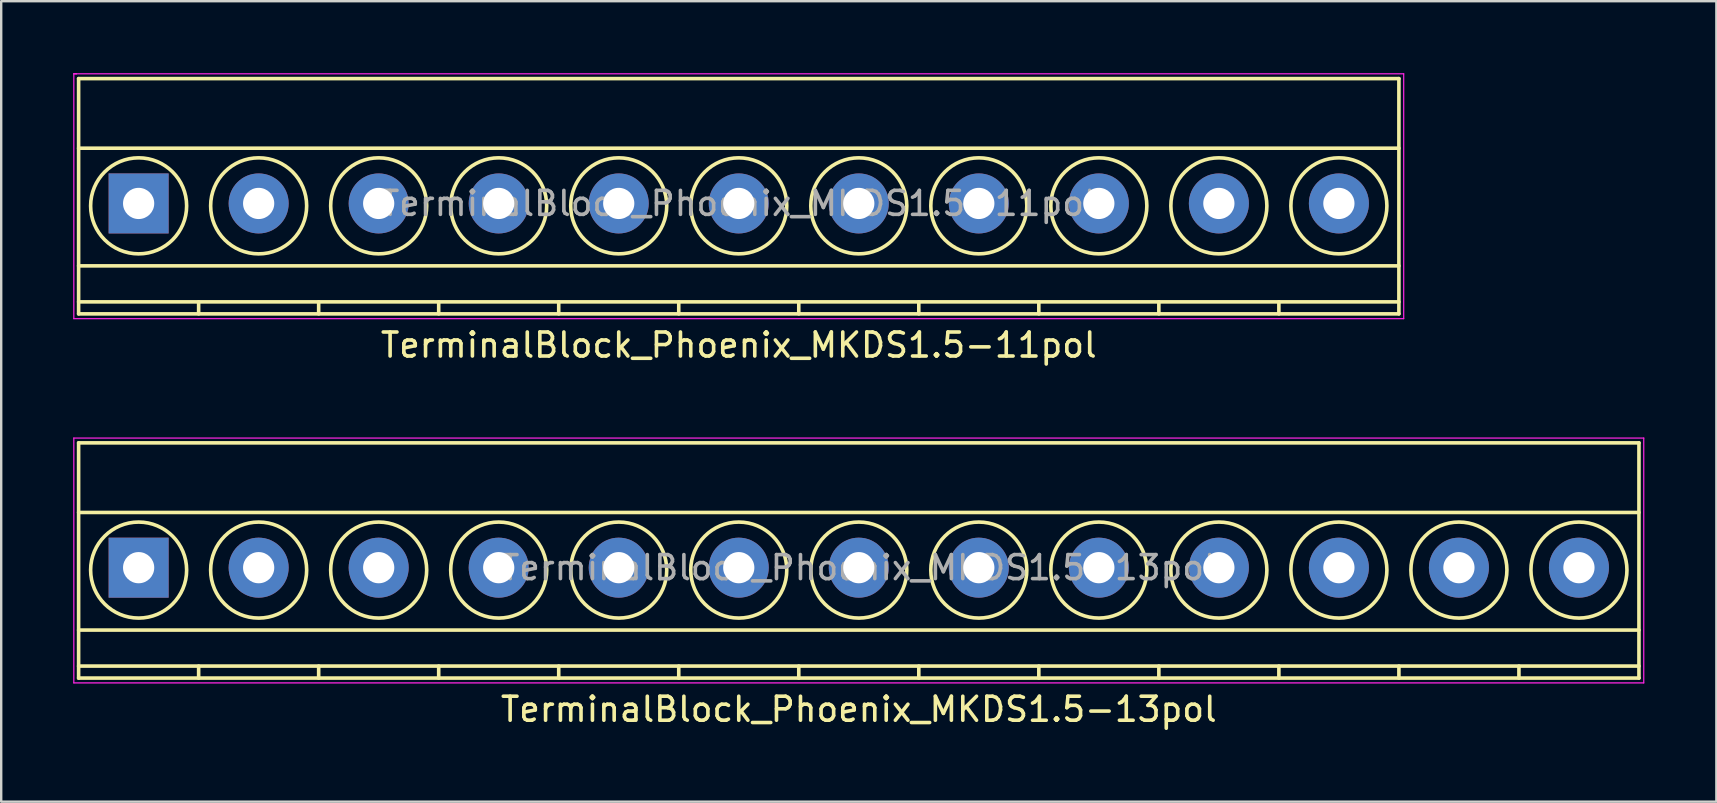
<source format=kicad_pcb>
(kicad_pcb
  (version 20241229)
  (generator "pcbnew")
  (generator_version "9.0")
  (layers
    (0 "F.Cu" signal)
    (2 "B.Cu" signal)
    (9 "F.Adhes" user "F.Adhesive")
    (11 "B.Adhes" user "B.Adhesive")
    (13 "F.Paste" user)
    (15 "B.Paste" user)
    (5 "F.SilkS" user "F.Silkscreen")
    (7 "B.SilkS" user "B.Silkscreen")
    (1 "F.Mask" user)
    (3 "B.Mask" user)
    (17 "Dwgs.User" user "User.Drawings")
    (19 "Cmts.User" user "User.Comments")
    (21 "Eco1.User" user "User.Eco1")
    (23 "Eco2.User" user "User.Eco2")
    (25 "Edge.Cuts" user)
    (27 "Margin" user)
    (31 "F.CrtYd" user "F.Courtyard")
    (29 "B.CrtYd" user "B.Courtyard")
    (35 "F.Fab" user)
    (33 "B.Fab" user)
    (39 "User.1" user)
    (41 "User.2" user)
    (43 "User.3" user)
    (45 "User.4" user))
  (footprint "TerminalBlock_Phoenix_MKDS1.5-11pol"
    (layer "F.Cu")
    (at 2.725 5.425)
    (property "Reference" "TerminalBlock_Phoenix_MKDS1.5-11pol" (at 25 5.9 0) (layer "F.SilkS") (effects (font (size 1 1) (thickness 0.15))))
    (attr through_hole)
    (fp_line (start -2.5 -5.2) (end -2.5 4.6) (stroke (width 0.15) (type solid)) (layer "F.SilkS"))
    (fp_line (start -2.5 -2.3) (end 52.5 -2.3) (stroke (width 0.15) (type solid)) (layer "F.SilkS"))
    (fp_line (start -2.5 2.6) (end 52.5 2.6) (stroke (width 0.15) (type solid)) (layer "F.SilkS"))
    (fp_line (start -2.5 4.1) (end 52.5 4.1) (stroke (width 0.15) (type solid)) (layer "F.SilkS"))
    (fp_line (start -2.5 4.6) (end 52.5 4.6) (stroke (width 0.15) (type solid)) (layer "F.SilkS"))
    (fp_line (start 2.5 4.1) (end 2.5 4.6) (stroke (width 0.15) (type solid)) (layer "F.SilkS"))
    (fp_line (start 7.5 4.1) (end 7.5 4.6) (stroke (width 0.15) (type solid)) (layer "F.SilkS"))
    (fp_line (start 12.5 4.1) (end 12.5 4.6) (stroke (width 0.15) (type solid)) (layer "F.SilkS"))
    (fp_line (start 17.5 4.1) (end 17.5 4.6) (stroke (width 0.15) (type solid)) (layer "F.SilkS"))
    (fp_line (start 22.5 4.1) (end 22.5 4.6) (stroke (width 0.15) (type solid)) (layer "F.SilkS"))
    (fp_line (start 27.5 4.1) (end 27.5 4.6) (stroke (width 0.15) (type solid)) (layer "F.SilkS"))
    (fp_line (start 32.5 4.1) (end 32.5 4.6) (stroke (width 0.15) (type solid)) (layer "F.SilkS"))
    (fp_line (start 37.5 4.1) (end 37.5 4.6) (stroke (width 0.15) (type solid)) (layer "F.SilkS"))
    (fp_line (start 42.5 4.1) (end 42.5 4.6) (stroke (width 0.15) (type solid)) (layer "F.SilkS"))
    (fp_line (start 47.5 4.1) (end 47.5 4.6) (stroke (width 0.15) (type solid)) (layer "F.SilkS"))
    (fp_line (start 52.5 -5.2) (end -2.5 -5.2) (stroke (width 0.15) (type solid)) (layer "F.SilkS"))
    (fp_line (start 52.5 4.6) (end 52.5 -5.2) (stroke (width 0.15) (type solid)) (layer "F.SilkS"))
    (fp_circle (center 0 0.1) (end 2 0.1) (stroke (width 0.15) (type solid)) (fill no) (layer "F.SilkS"))
    (fp_circle (center 5 0.1) (end 3 0.1) (stroke (width 0.15) (type solid)) (fill no) (layer "F.SilkS"))
    (fp_circle (center 10 0.1) (end 8 0.1) (stroke (width 0.15) (type solid)) (fill no) (layer "F.SilkS"))
    (fp_circle (center 15 0.1) (end 13 0.1) (stroke (width 0.15) (type solid)) (fill no) (layer "F.SilkS"))
    (fp_circle (center 20 0.1) (end 18 0.1) (stroke (width 0.15) (type solid)) (fill no) (layer "F.SilkS"))
    (fp_circle (center 25 0.1) (end 23 0.1) (stroke (width 0.15) (type solid)) (fill no) (layer "F.SilkS"))
    (fp_circle (center 30 0.1) (end 28 0.1) (stroke (width 0.15) (type solid)) (fill no) (layer "F.SilkS"))
    (fp_circle (center 35 0.1) (end 33 0.1) (stroke (width 0.15) (type solid)) (fill no) (layer "F.SilkS"))
    (fp_circle (center 40 0.1) (end 38 0.1) (stroke (width 0.15) (type solid)) (fill no) (layer "F.SilkS"))
    (fp_circle (center 45 0.1) (end 43 0.1) (stroke (width 0.15) (type solid)) (fill no) (layer "F.SilkS"))
    (fp_circle (center 50 0.1) (end 48 0.1) (stroke (width 0.15) (type solid)) (fill no) (layer "F.SilkS"))
    (fp_line (start -2.7 -5.4) (end -2.7 4.8) (stroke (width 0.05) (type solid)) (layer "F.CrtYd"))
    (fp_line (start -2.7 -5.4) (end -2.6 -5.4) (stroke (width 0.05) (type solid)) (layer "F.CrtYd"))
    (fp_line (start -2.7 4.8) (end 52.7 4.8) (stroke (width 0.05) (type solid)) (layer "F.CrtYd"))
    (fp_line (start -2.6 -5.4) (end -2.7 -5.4) (stroke (width 0.05) (type solid)) (layer "F.CrtYd"))
    (fp_line (start 52.7 -5.4) (end -2.6 -5.4) (stroke (width 0.05) (type solid)) (layer "F.CrtYd"))
    (fp_line (start 52.7 4.8) (end 52.7 -5.4) (stroke (width 0.05) (type solid)) (layer "F.CrtYd"))
    (fp_text user "${REFERENCE}" (at 25 0 0) (layer "F.Fab") (effects (font (size 1 1) (thickness 0.15))))
    (pad "1" thru_hole rect (at 0 0) (size 2.5 2.5) (drill 1.3) (layers "*.Cu" "*.Mask"))
    (pad "2" thru_hole circle (at 5 0) (size 2.5 2.5) (drill 1.3) (layers "*.Cu" "*.Mask"))
    (pad "3" thru_hole circle (at 10 0) (size 2.5 2.5) (drill 1.3) (layers "*.Cu" "*.Mask"))
    (pad "4" thru_hole circle (at 15 0) (size 2.5 2.5) (drill 1.3) (layers "*.Cu" "*.Mask"))
    (pad "5" thru_hole circle (at 20 0) (size 2.5 2.5) (drill 1.3) (layers "*.Cu" "*.Mask"))
    (pad "6" thru_hole circle (at 25 0) (size 2.5 2.5) (drill 1.3) (layers "*.Cu" "*.Mask"))
    (pad "7" thru_hole circle (at 30 0) (size 2.5 2.5) (drill 1.3) (layers "*.Cu" "*.Mask"))
    (pad "8" thru_hole circle (at 35 0) (size 2.5 2.5) (drill 1.3) (layers "*.Cu" "*.Mask"))
    (pad "9" thru_hole circle (at 40 0) (size 2.5 2.5) (drill 1.3) (layers "*.Cu" "*.Mask"))
    (pad "10" thru_hole circle (at 45 0) (size 2.5 2.5) (drill 1.3) (layers "*.Cu" "*.Mask"))
    (pad "11" thru_hole circle (at 50 0) (size 2.5 2.5) (drill 1.3) (layers "*.Cu" "*.Mask")))
  (footprint "TerminalBlock_Phoenix_MKDS1.5-13pol"
    (layer "F.Cu")
    (at 2.725 20.598)
    (property "Reference" "TerminalBlock_Phoenix_MKDS1.5-13pol" (at 30 5.9 0) (layer "F.SilkS") (effects (font (size 1 1) (thickness 0.15))))
    (attr through_hole)
    (fp_line (start -2.5 -5.2) (end -2.5 4.6) (stroke (width 0.15) (type solid)) (layer "F.SilkS"))
    (fp_line (start -2.5 -2.3) (end 62.5 -2.3) (stroke (width 0.15) (type solid)) (layer "F.SilkS"))
    (fp_line (start -2.5 2.6) (end 62.5 2.6) (stroke (width 0.15) (type solid)) (layer "F.SilkS"))
    (fp_line (start -2.5 4.1) (end 62.5 4.1) (stroke (width 0.15) (type solid)) (layer "F.SilkS"))
    (fp_line (start -2.5 4.6) (end 62.5 4.6) (stroke (width 0.15) (type solid)) (layer "F.SilkS"))
    (fp_line (start 2.5 4.1) (end 2.5 4.6) (stroke (width 0.15) (type solid)) (layer "F.SilkS"))
    (fp_line (start 7.5 4.1) (end 7.5 4.6) (stroke (width 0.15) (type solid)) (layer "F.SilkS"))
    (fp_line (start 12.5 4.1) (end 12.5 4.6) (stroke (width 0.15) (type solid)) (layer "F.SilkS"))
    (fp_line (start 17.5 4.1) (end 17.5 4.6) (stroke (width 0.15) (type solid)) (layer "F.SilkS"))
    (fp_line (start 22.5 4.1) (end 22.5 4.6) (stroke (width 0.15) (type solid)) (layer "F.SilkS"))
    (fp_line (start 27.5 4.1) (end 27.5 4.6) (stroke (width 0.15) (type solid)) (layer "F.SilkS"))
    (fp_line (start 32.5 4.1) (end 32.5 4.6) (stroke (width 0.15) (type solid)) (layer "F.SilkS"))
    (fp_line (start 37.5 4.1) (end 37.5 4.6) (stroke (width 0.15) (type solid)) (layer "F.SilkS"))
    (fp_line (start 42.5 4.1) (end 42.5 4.6) (stroke (width 0.15) (type solid)) (layer "F.SilkS"))
    (fp_line (start 47.5 4.1) (end 47.5 4.6) (stroke (width 0.15) (type solid)) (layer "F.SilkS"))
    (fp_line (start 52.5 4.1) (end 52.5 4.6) (stroke (width 0.15) (type solid)) (layer "F.SilkS"))
    (fp_line (start 57.5 4.1) (end 57.5 4.6) (stroke (width 0.15) (type solid)) (layer "F.SilkS"))
    (fp_line (start 62.5 -5.2) (end -2.5 -5.2) (stroke (width 0.15) (type solid)) (layer "F.SilkS"))
    (fp_line (start 62.5 4.6) (end 62.5 -5.2) (stroke (width 0.15) (type solid)) (layer "F.SilkS"))
    (fp_circle (center 0 0.1) (end 2 0.1) (stroke (width 0.15) (type solid)) (fill no) (layer "F.SilkS"))
    (fp_circle (center 5 0.1) (end 3 0.1) (stroke (width 0.15) (type solid)) (fill no) (layer "F.SilkS"))
    (fp_circle (center 10 0.1) (end 8 0.1) (stroke (width 0.15) (type solid)) (fill no) (layer "F.SilkS"))
    (fp_circle (center 15 0.1) (end 13 0.1) (stroke (width 0.15) (type solid)) (fill no) (layer "F.SilkS"))
    (fp_circle (center 20 0.1) (end 18 0.1) (stroke (width 0.15) (type solid)) (fill no) (layer "F.SilkS"))
    (fp_circle (center 25 0.1) (end 23 0.1) (stroke (width 0.15) (type solid)) (fill no) (layer "F.SilkS"))
    (fp_circle (center 30 0.1) (end 28 0.1) (stroke (width 0.15) (type solid)) (fill no) (layer "F.SilkS"))
    (fp_circle (center 35 0.1) (end 33 0.1) (stroke (width 0.15) (type solid)) (fill no) (layer "F.SilkS"))
    (fp_circle (center 40 0.1) (end 38 0.1) (stroke (width 0.15) (type solid)) (fill no) (layer "F.SilkS"))
    (fp_circle (center 45 0.1) (end 43 0.1) (stroke (width 0.15) (type solid)) (fill no) (layer "F.SilkS"))
    (fp_circle (center 50 0.1) (end 48 0.1) (stroke (width 0.15) (type solid)) (fill no) (layer "F.SilkS"))
    (fp_circle (center 55 0.1) (end 53 0.1) (stroke (width 0.15) (type solid)) (fill no) (layer "F.SilkS"))
    (fp_circle (center 60 0.1) (end 58 0.1) (stroke (width 0.15) (type solid)) (fill no) (layer "F.SilkS"))
    (fp_line (start -2.7 -5.4) (end 62.7 -5.4) (stroke (width 0.05) (type solid)) (layer "F.CrtYd"))
    (fp_line (start -2.7 4.8) (end -2.7 -5.4) (stroke (width 0.05) (type solid)) (layer "F.CrtYd"))
    (fp_line (start 62.7 -5.4) (end 62.7 4.8) (stroke (width 0.05) (type solid)) (layer "F.CrtYd"))
    (fp_line (start 62.7 4.8) (end -2.7 4.8) (stroke (width 0.05) (type solid)) (layer "F.CrtYd"))
    (fp_text user "${REFERENCE}" (at 30 0 0) (layer "F.Fab") (effects (font (size 1 1) (thickness 0.15))))
    (pad "1" thru_hole rect (at 0 0) (size 2.5 2.5) (drill 1.3) (layers "*.Cu" "*.Mask"))
    (pad "2" thru_hole circle (at 5 0) (size 2.5 2.5) (drill 1.3) (layers "*.Cu" "*.Mask"))
    (pad "3" thru_hole circle (at 10 0) (size 2.5 2.5) (drill 1.3) (layers "*.Cu" "*.Mask"))
    (pad "4" thru_hole circle (at 15 0) (size 2.5 2.5) (drill 1.3) (layers "*.Cu" "*.Mask"))
    (pad "5" thru_hole circle (at 20 0) (size 2.5 2.5) (drill 1.3) (layers "*.Cu" "*.Mask"))
    (pad "6" thru_hole circle (at 25 0) (size 2.5 2.5) (drill 1.3) (layers "*.Cu" "*.Mask"))
    (pad "7" thru_hole circle (at 30 0) (size 2.5 2.5) (drill 1.3) (layers "*.Cu" "*.Mask"))
    (pad "8" thru_hole circle (at 35 0) (size 2.5 2.5) (drill 1.3) (layers "*.Cu" "*.Mask"))
    (pad "9" thru_hole circle (at 40 0) (size 2.5 2.5) (drill 1.3) (layers "*.Cu" "*.Mask"))
    (pad "10" thru_hole circle (at 45 0) (size 2.5 2.5) (drill 1.3) (layers "*.Cu" "*.Mask"))
    (pad "11" thru_hole circle (at 50 0) (size 2.5 2.5) (drill 1.3) (layers "*.Cu" "*.Mask"))
    (pad "12" thru_hole circle (at 55 0) (size 2.5 2.5) (drill 1.3) (layers "*.Cu" "*.Mask"))
    (pad "13" thru_hole circle (at 60 0) (size 2.5 2.5) (drill 1.3) (layers "*.Cu" "*.Mask")))
  (gr_rect
    (start -3 -3)
    (end 68.45 30.346)
    (stroke (width 0.1) (type default))
    (fill no)
    (layer "Edge.Cuts")))
</source>
